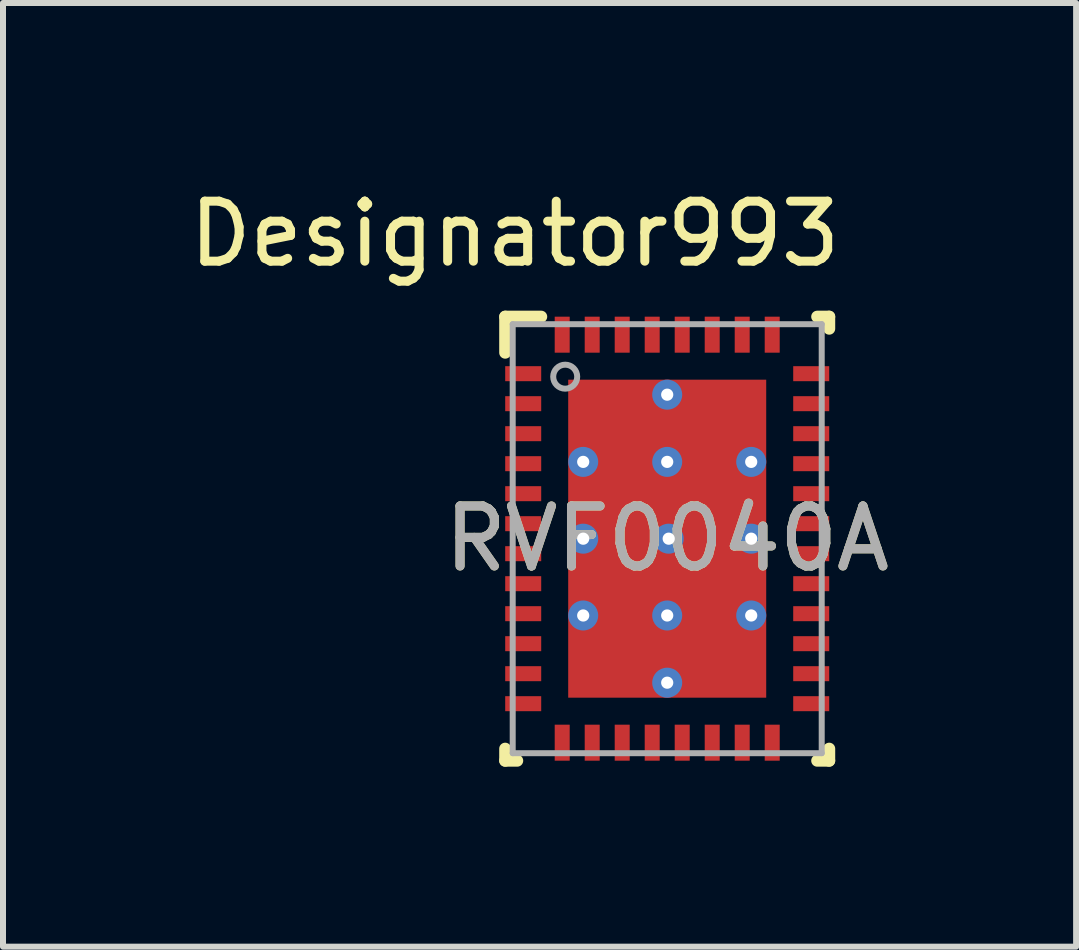
<source format=kicad_pcb>
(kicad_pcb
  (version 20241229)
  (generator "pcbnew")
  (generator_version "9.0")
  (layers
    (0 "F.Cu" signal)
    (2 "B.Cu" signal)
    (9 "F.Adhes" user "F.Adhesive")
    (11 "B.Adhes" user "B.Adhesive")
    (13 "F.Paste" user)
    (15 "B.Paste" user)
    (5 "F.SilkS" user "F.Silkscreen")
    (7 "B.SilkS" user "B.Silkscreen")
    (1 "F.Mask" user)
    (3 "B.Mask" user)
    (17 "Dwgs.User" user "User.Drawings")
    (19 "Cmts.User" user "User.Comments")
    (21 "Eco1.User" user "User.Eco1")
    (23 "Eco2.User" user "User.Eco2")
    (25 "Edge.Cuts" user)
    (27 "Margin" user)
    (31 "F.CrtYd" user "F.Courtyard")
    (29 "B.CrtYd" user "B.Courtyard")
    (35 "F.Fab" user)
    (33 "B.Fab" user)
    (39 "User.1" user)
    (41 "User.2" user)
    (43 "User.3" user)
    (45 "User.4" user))
  (footprint "RVF0040A"
    (layer "F.Cu")
    (at 8.07 5.928)
    (property "Reference" "RVF0040A" (at 0 0 0) (unlocked yes) (layer "F.SilkS") (effects (font (size 1 1) (thickness 0.15))))
    (attr smd)
    (fp_line (start -2.7 -3.7) (end -2.1 -3.7) (stroke (width 0.2) (type solid)) (layer "F.SilkS"))
    (fp_line (start -2.7 -3.1) (end -2.7 -3.7) (stroke (width 0.2) (type solid)) (layer "F.SilkS"))
    (fp_line (start -2.7 3.7) (end -2.7 3.5) (stroke (width 0.2) (type solid)) (layer "F.SilkS"))
    (fp_line (start -2.7 3.7) (end -2.5 3.7) (stroke (width 0.2) (type solid)) (layer "F.SilkS"))
    (fp_line (start 2.5 -3.7) (end 2.7 -3.7) (stroke (width 0.2) (type solid)) (layer "F.SilkS"))
    (fp_line (start 2.5 3.7) (end 2.7 3.7) (stroke (width 0.2) (type solid)) (layer "F.SilkS"))
    (fp_line (start 2.7 -3.5) (end 2.7 -3.7) (stroke (width 0.2) (type solid)) (layer "F.SilkS"))
    (fp_line (start 2.7 3.7) (end 2.7 3.5) (stroke (width 0.2) (type solid)) (layer "F.SilkS"))
    (fp_poly (pts (xy -0.1 -2.411) (xy -0.1 -1.429) (xy -0.101 -1.419) (xy -0.104 -1.41) (xy -0.108 -1.402) (xy -0.114 -1.394) (xy -0.122 -1.388) (xy -0.13 -1.384) (xy -0.139 -1.381) (xy -0.149 -1.38) (xy -1.481 -1.38) (xy -1.491 -1.381) (xy -1.5 -1.384) (xy -1.508 -1.388) (xy -1.516 -1.394) (xy -1.522 -1.402) (xy -1.526 -1.41) (xy -1.529 -1.419) (xy -1.53 -1.429) (xy -1.53 -2.411) (xy -1.529 -2.421) (xy -1.526 -2.43) (xy -1.522 -2.438) (xy -1.516 -2.446) (xy -1.508 -2.452) (xy -1.5 -2.456) (xy -1.491 -2.459) (xy -1.481 -2.46) (xy -0.149 -2.46) (xy -0.139 -2.459) (xy -0.13 -2.456) (xy -0.122 -2.452) (xy -0.114 -2.446) (xy -0.108 -2.438) (xy -0.104 -2.43) (xy -0.101 -2.421)) (stroke (width 0) (type solid)) (fill yes) (layer "F.Paste"))
    (fp_poly (pts (xy -0.1 -1.131) (xy -0.1 -0.149) (xy -0.101 -0.139) (xy -0.104 -0.13) (xy -0.108 -0.122) (xy -0.114 -0.114) (xy -0.122 -0.108) (xy -0.13 -0.104) (xy -0.139 -0.101) (xy -0.149 -0.1) (xy -1.481 -0.1) (xy -1.491 -0.101) (xy -1.5 -0.104) (xy -1.508 -0.108) (xy -1.516 -0.114) (xy -1.522 -0.122) (xy -1.526 -0.13) (xy -1.529 -0.139) (xy -1.53 -0.149) (xy -1.53 -1.131) (xy -1.529 -1.141) (xy -1.526 -1.15) (xy -1.522 -1.158) (xy -1.516 -1.166) (xy -1.508 -1.172) (xy -1.5 -1.176) (xy -1.491 -1.179) (xy -1.481 -1.18) (xy -0.149 -1.18) (xy -0.139 -1.179) (xy -0.13 -1.176) (xy -0.122 -1.172) (xy -0.114 -1.166) (xy -0.108 -1.158) (xy -0.104 -1.15) (xy -0.101 -1.141)) (stroke (width 0) (type solid)) (fill yes) (layer "F.Paste"))
    (fp_poly (pts (xy -0.1 0.149) (xy -0.1 1.131) (xy -0.101 1.141) (xy -0.104 1.15) (xy -0.108 1.158) (xy -0.114 1.166) (xy -0.122 1.172) (xy -0.13 1.176) (xy -0.139 1.179) (xy -0.149 1.18) (xy -1.481 1.18) (xy -1.491 1.179) (xy -1.5 1.176) (xy -1.508 1.172) (xy -1.516 1.166) (xy -1.522 1.158) (xy -1.526 1.15) (xy -1.529 1.141) (xy -1.53 1.131) (xy -1.53 0.149) (xy -1.529 0.139) (xy -1.526 0.13) (xy -1.522 0.122) (xy -1.516 0.114) (xy -1.508 0.108) (xy -1.5 0.104) (xy -1.491 0.101) (xy -1.481 0.1) (xy -0.149 0.1) (xy -0.139 0.101) (xy -0.13 0.104) (xy -0.122 0.108) (xy -0.114 0.114) (xy -0.108 0.122) (xy -0.104 0.13) (xy -0.101 0.139)) (stroke (width 0) (type solid)) (fill yes) (layer "F.Paste"))
    (fp_poly (pts (xy -0.1 1.429) (xy -0.1 2.411) (xy -0.101 2.421) (xy -0.104 2.43) (xy -0.108 2.438) (xy -0.114 2.446) (xy -0.122 2.452) (xy -0.13 2.456) (xy -0.139 2.459) (xy -0.149 2.46) (xy -1.481 2.46) (xy -1.491 2.459) (xy -1.5 2.456) (xy -1.508 2.452) (xy -1.516 2.446) (xy -1.522 2.438) (xy -1.526 2.43) (xy -1.529 2.421) (xy -1.53 2.411) (xy -1.53 1.429) (xy -1.529 1.419) (xy -1.526 1.41) (xy -1.522 1.402) (xy -1.516 1.394) (xy -1.508 1.388) (xy -1.5 1.384) (xy -1.491 1.381) (xy -1.481 1.38) (xy -0.149 1.38) (xy -0.139 1.381) (xy -0.13 1.384) (xy -0.122 1.388) (xy -0.114 1.394) (xy -0.108 1.402) (xy -0.104 1.41) (xy -0.101 1.419)) (stroke (width 0) (type solid)) (fill yes) (layer "F.Paste"))
    (fp_poly (pts (xy 0.1 -1.429) (xy 0.1 -2.411) (xy 0.101 -2.421) (xy 0.104 -2.43) (xy 0.108 -2.438) (xy 0.114 -2.446) (xy 0.122 -2.452) (xy 0.13 -2.456) (xy 0.139 -2.459) (xy 0.149 -2.46) (xy 1.481 -2.46) (xy 1.491 -2.459) (xy 1.5 -2.456) (xy 1.508 -2.452) (xy 1.516 -2.446) (xy 1.522 -2.438) (xy 1.526 -2.43) (xy 1.529 -2.421) (xy 1.53 -2.411) (xy 1.53 -1.429) (xy 1.529 -1.419) (xy 1.526 -1.41) (xy 1.522 -1.402) (xy 1.516 -1.394) (xy 1.508 -1.388) (xy 1.5 -1.384) (xy 1.491 -1.381) (xy 1.481 -1.38) (xy 0.149 -1.38) (xy 0.139 -1.381) (xy 0.13 -1.384) (xy 0.122 -1.388) (xy 0.114 -1.394) (xy 0.108 -1.402) (xy 0.104 -1.41) (xy 0.101 -1.419)) (stroke (width 0) (type solid)) (fill yes) (layer "F.Paste"))
    (fp_poly (pts (xy 0.1 -0.149) (xy 0.1 -1.131) (xy 0.101 -1.141) (xy 0.104 -1.15) (xy 0.108 -1.158) (xy 0.114 -1.166) (xy 0.122 -1.172) (xy 0.13 -1.176) (xy 0.139 -1.179) (xy 0.149 -1.18) (xy 1.481 -1.18) (xy 1.491 -1.179) (xy 1.5 -1.176) (xy 1.508 -1.172) (xy 1.516 -1.166) (xy 1.522 -1.158) (xy 1.526 -1.15) (xy 1.529 -1.141) (xy 1.53 -1.131) (xy 1.53 -0.149) (xy 1.529 -0.139) (xy 1.526 -0.13) (xy 1.522 -0.122) (xy 1.516 -0.114) (xy 1.508 -0.108) (xy 1.5 -0.104) (xy 1.491 -0.101) (xy 1.481 -0.1) (xy 0.149 -0.1) (xy 0.139 -0.101) (xy 0.13 -0.104) (xy 0.122 -0.108) (xy 0.114 -0.114) (xy 0.108 -0.122) (xy 0.104 -0.13) (xy 0.101 -0.139)) (stroke (width 0) (type solid)) (fill yes) (layer "F.Paste"))
    (fp_poly (pts (xy 0.1 1.131) (xy 0.1 0.149) (xy 0.101 0.139) (xy 0.104 0.13) (xy 0.108 0.122) (xy 0.114 0.114) (xy 0.122 0.108) (xy 0.13 0.104) (xy 0.139 0.101) (xy 0.149 0.1) (xy 1.481 0.1) (xy 1.491 0.101) (xy 1.5 0.104) (xy 1.508 0.108) (xy 1.516 0.114) (xy 1.522 0.122) (xy 1.526 0.13) (xy 1.529 0.139) (xy 1.53 0.149) (xy 1.53 1.131) (xy 1.529 1.141) (xy 1.526 1.15) (xy 1.522 1.158) (xy 1.516 1.166) (xy 1.508 1.172) (xy 1.5 1.176) (xy 1.491 1.179) (xy 1.481 1.18) (xy 0.149 1.18) (xy 0.139 1.179) (xy 0.13 1.176) (xy 0.122 1.172) (xy 0.114 1.166) (xy 0.108 1.158) (xy 0.104 1.15) (xy 0.101 1.141)) (stroke (width 0) (type solid)) (fill yes) (layer "F.Paste"))
    (fp_poly (pts (xy 0.1 2.411) (xy 0.1 1.429) (xy 0.101 1.419) (xy 0.104 1.41) (xy 0.108 1.402) (xy 0.114 1.394) (xy 0.122 1.388) (xy 0.13 1.384) (xy 0.139 1.381) (xy 0.149 1.38) (xy 1.481 1.38) (xy 1.491 1.381) (xy 1.5 1.384) (xy 1.508 1.388) (xy 1.516 1.394) (xy 1.522 1.402) (xy 1.526 1.41) (xy 1.529 1.419) (xy 1.53 1.429) (xy 1.53 2.411) (xy 1.529 2.421) (xy 1.526 2.43) (xy 1.522 2.438) (xy 1.516 2.446) (xy 1.508 2.452) (xy 1.5 2.456) (xy 1.491 2.459) (xy 1.481 2.46) (xy 0.149 2.46) (xy 0.139 2.459) (xy 0.13 2.456) (xy 0.122 2.452) (xy 0.114 2.446) (xy 0.108 2.438) (xy 0.104 2.43) (xy 0.101 2.421)) (stroke (width 0) (type solid)) (fill yes) (layer "F.Paste"))
    (fp_line (start -2.575 -3.575) (end 2.575 -3.575) (stroke (width 0.1) (type solid)) (layer "F.Fab"))
    (fp_line (start -2.575 3.575) (end -2.575 -3.575) (stroke (width 0.1) (type solid)) (layer "F.Fab"))
    (fp_line (start -2.575 3.575) (end 2.575 3.575) (stroke (width 0.1) (type solid)) (layer "F.Fab"))
    (fp_line (start 2.575 3.575) (end 2.575 -3.575) (stroke (width 0.1) (type solid)) (layer "F.Fab"))
    (fp_circle (center -1.7 -2.7) (end -1.5 -2.7) (stroke (width 0.1) (type solid)) (fill no) (layer "F.Fab"))
    (fp_text user "Designator993" (at -2.54 -5.08 0) (unlocked yes) (layer "F.SilkS") (effects (font (size 1 1) (thickness 0.15))))
    (fp_text user "${REFERENCE}" (at 0 0 0) (unlocked yes) (layer "F.Fab") (effects (font (size 1 1) (thickness 0.15))))
    (pad "1" smd rect (at -2.4 -2.75 90) (size 0.25 0.6) (layers "F.Cu" "F.Mask" "F.Paste"))
    (pad "2" smd rect (at -2.4 -2.25 90) (size 0.25 0.6) (layers "F.Cu" "F.Mask" "F.Paste"))
    (pad "3" smd rect (at -2.4 -1.75 90) (size 0.25 0.6) (layers "F.Cu" "F.Mask" "F.Paste"))
    (pad "4" smd rect (at -2.4 -1.25 90) (size 0.25 0.6) (layers "F.Cu" "F.Mask" "F.Paste"))
    (pad "5" smd rect (at -2.4 -0.75 90) (size 0.25 0.6) (layers "F.Cu" "F.Mask" "F.Paste"))
    (pad "6" smd rect (at -2.4 -0.25 90) (size 0.25 0.6) (layers "F.Cu" "F.Mask" "F.Paste"))
    (pad "7" smd rect (at -2.4 0.25 90) (size 0.25 0.6) (layers "F.Cu" "F.Mask" "F.Paste"))
    (pad "8" smd rect (at -2.4 0.75 90) (size 0.25 0.6) (layers "F.Cu" "F.Mask" "F.Paste"))
    (pad "9" smd rect (at -2.4 1.25 90) (size 0.25 0.6) (layers "F.Cu" "F.Mask" "F.Paste"))
    (pad "10" smd rect (at -2.4 1.75 90) (size 0.25 0.6) (layers "F.Cu" "F.Mask" "F.Paste"))
    (pad "11" smd rect (at -2.4 2.25 90) (size 0.25 0.6) (layers "F.Cu" "F.Mask" "F.Paste"))
    (pad "12" smd rect (at -2.4 2.75 90) (size 0.25 0.6) (layers "F.Cu" "F.Mask" "F.Paste"))
    (pad "13" smd rect (at -1.75 3.4) (size 0.25 0.6) (layers "F.Cu" "F.Mask" "F.Paste"))
    (pad "14" smd rect (at -1.25 3.4) (size 0.25 0.6) (layers "F.Cu" "F.Mask" "F.Paste"))
    (pad "15" smd rect (at -0.75 3.4) (size 0.25 0.6) (layers "F.Cu" "F.Mask" "F.Paste"))
    (pad "16" smd rect (at -0.25 3.4) (size 0.25 0.6) (layers "F.Cu" "F.Mask" "F.Paste"))
    (pad "17" smd rect (at 0.25 3.4) (size 0.25 0.6) (layers "F.Cu" "F.Mask" "F.Paste"))
    (pad "18" smd rect (at 0.75 3.4) (size 0.25 0.6) (layers "F.Cu" "F.Mask" "F.Paste"))
    (pad "19" smd rect (at 1.25 3.4) (size 0.25 0.6) (layers "F.Cu" "F.Mask" "F.Paste"))
    (pad "20" smd rect (at 1.75 3.4) (size 0.25 0.6) (layers "F.Cu" "F.Mask" "F.Paste"))
    (pad "21" smd rect (at 2.4 2.75 90) (size 0.25 0.6) (layers "F.Cu" "F.Mask" "F.Paste"))
    (pad "22" smd rect (at 2.4 2.25 90) (size 0.25 0.6) (layers "F.Cu" "F.Mask" "F.Paste"))
    (pad "23" smd rect (at 2.4 1.75 90) (size 0.25 0.6) (layers "F.Cu" "F.Mask" "F.Paste"))
    (pad "24" smd rect (at 2.4 1.25 90) (size 0.25 0.6) (layers "F.Cu" "F.Mask" "F.Paste"))
    (pad "25" smd rect (at 2.4 0.75 90) (size 0.25 0.6) (layers "F.Cu" "F.Mask" "F.Paste"))
    (pad "26" smd rect (at 2.4 0.25 90) (size 0.25 0.6) (layers "F.Cu" "F.Mask" "F.Paste"))
    (pad "27" smd rect (at 2.4 -0.25 90) (size 0.25 0.6) (layers "F.Cu" "F.Mask" "F.Paste"))
    (pad "28" smd rect (at 2.4 -0.75 90) (size 0.25 0.6) (layers "F.Cu" "F.Mask" "F.Paste"))
    (pad "29" smd rect (at 2.4 -1.25 90) (size 0.25 0.6) (layers "F.Cu" "F.Mask" "F.Paste"))
    (pad "30" smd rect (at 2.4 -1.75 90) (size 0.25 0.6) (layers "F.Cu" "F.Mask" "F.Paste"))
    (pad "31" smd rect (at 2.4 -2.25 90) (size 0.25 0.6) (layers "F.Cu" "F.Mask" "F.Paste"))
    (pad "32" smd rect (at 2.4 -2.75 90) (size 0.25 0.6) (layers "F.Cu" "F.Mask" "F.Paste"))
    (pad "33" smd rect (at 1.75 -3.4) (size 0.25 0.6) (layers "F.Cu" "F.Mask" "F.Paste"))
    (pad "34" smd rect (at 1.25 -3.4) (size 0.25 0.6) (layers "F.Cu" "F.Mask" "F.Paste"))
    (pad "35" smd rect (at 0.75 -3.4) (size 0.25 0.6) (layers "F.Cu" "F.Mask" "F.Paste"))
    (pad "36" smd rect (at 0.25 -3.4) (size 0.25 0.6) (layers "F.Cu" "F.Mask" "F.Paste"))
    (pad "37" smd rect (at -0.25 -3.4) (size 0.25 0.6) (layers "F.Cu" "F.Mask" "F.Paste"))
    (pad "38" smd rect (at -0.75 -3.4) (size 0.25 0.6) (layers "F.Cu" "F.Mask" "F.Paste"))
    (pad "39" smd rect (at -1.25 -3.4) (size 0.25 0.6) (layers "F.Cu" "F.Mask" "F.Paste"))
    (pad "40" smd rect (at -1.75 -3.4) (size 0.25 0.6) (layers "F.Cu" "F.Mask" "F.Paste"))
    (pad "41" smd rect (at 0 0) (size 3.3 5.3) (layers "F.Cu" "F.Mask"))
    (pad "42" thru_hole circle (at 0.025 0) (size 0.5 0.5) (drill 0.203) (layers "*.Cu" "*.Mask"))
    (pad "43" thru_hole circle (at 1.4 0) (size 0.5 0.5) (drill 0.203) (layers "*.Cu" "*.Mask"))
    (pad "44" thru_hole circle (at -1.4 0) (size 0.5 0.5) (drill 0.203) (layers "*.Cu" "*.Mask"))
    (pad "45" thru_hole circle (at -1.4 -1.28) (size 0.5 0.5) (drill 0.203) (layers "*.Cu" "*.Mask"))
    (pad "46" thru_hole circle (at 1.4 -1.28) (size 0.5 0.5) (drill 0.203) (layers "*.Cu" "*.Mask"))
    (pad "47" thru_hole circle (at 0 -1.28) (size 0.5 0.5) (drill 0.203) (layers "*.Cu" "*.Mask"))
    (pad "48" thru_hole circle (at 0 -2.4) (size 0.5 0.5) (drill 0.203) (layers "*.Cu" "*.Mask"))
    (pad "49" thru_hole circle (at 0 2.4) (size 0.5 0.5) (drill 0.203) (layers "*.Cu" "*.Mask"))
    (pad "50" thru_hole circle (at 0 1.28) (size 0.5 0.5) (drill 0.203) (layers "*.Cu" "*.Mask"))
    (pad "51" thru_hole circle (at 1.4 1.28) (size 0.5 0.5) (drill 0.203) (layers "*.Cu" "*.Mask"))
    (pad "52" thru_hole circle (at -1.4 1.28) (size 0.5 0.5) (drill 0.203) (layers "*.Cu" "*.Mask")))
  (gr_rect
    (start -3 -3)
    (end 14.885 12.728)
    (stroke (width 0.1) (type default))
    (fill no)
    (layer "Edge.Cuts")))
</source>
